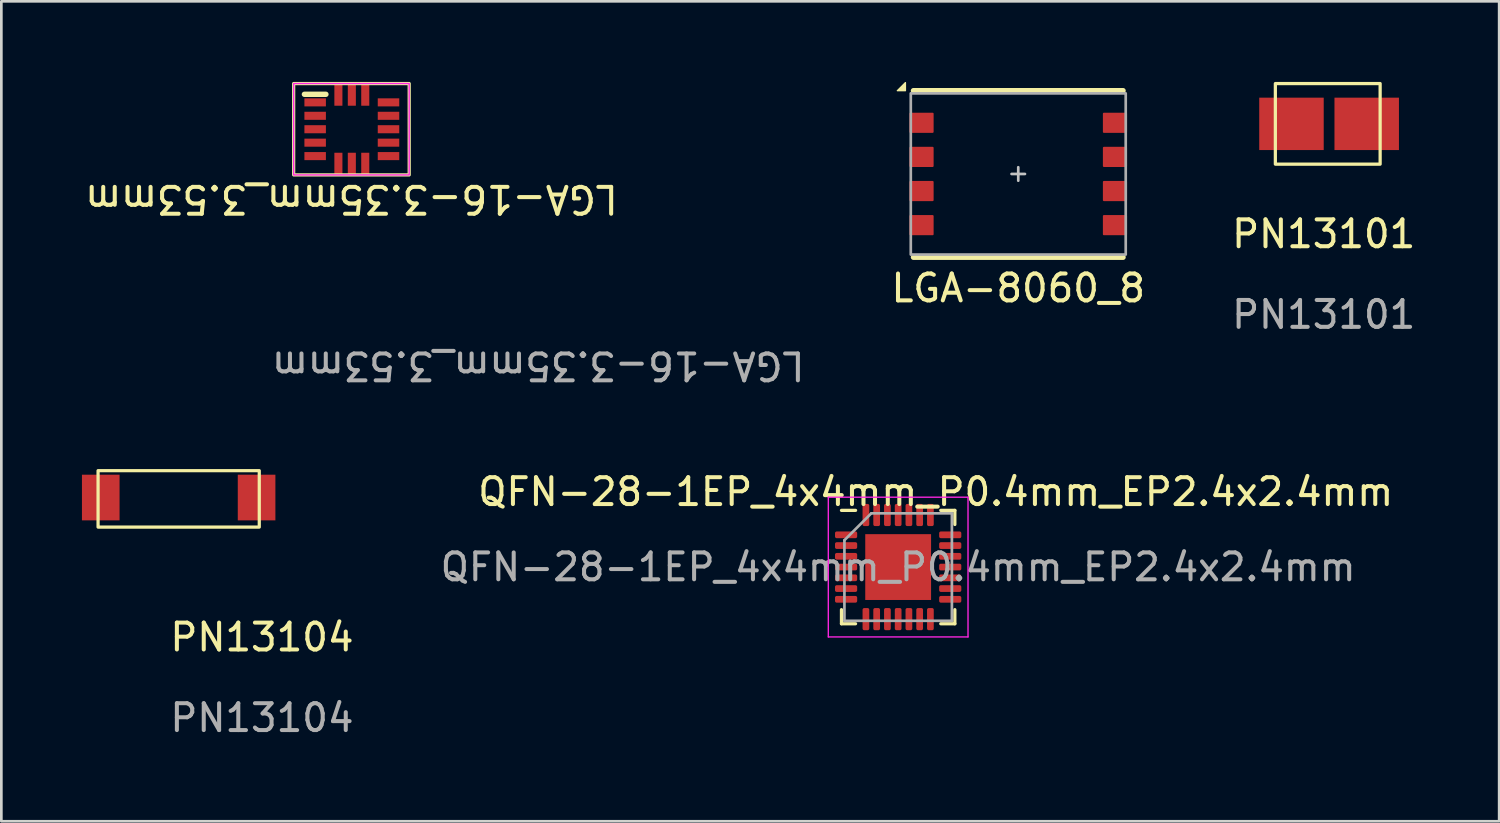
<source format=kicad_pcb>
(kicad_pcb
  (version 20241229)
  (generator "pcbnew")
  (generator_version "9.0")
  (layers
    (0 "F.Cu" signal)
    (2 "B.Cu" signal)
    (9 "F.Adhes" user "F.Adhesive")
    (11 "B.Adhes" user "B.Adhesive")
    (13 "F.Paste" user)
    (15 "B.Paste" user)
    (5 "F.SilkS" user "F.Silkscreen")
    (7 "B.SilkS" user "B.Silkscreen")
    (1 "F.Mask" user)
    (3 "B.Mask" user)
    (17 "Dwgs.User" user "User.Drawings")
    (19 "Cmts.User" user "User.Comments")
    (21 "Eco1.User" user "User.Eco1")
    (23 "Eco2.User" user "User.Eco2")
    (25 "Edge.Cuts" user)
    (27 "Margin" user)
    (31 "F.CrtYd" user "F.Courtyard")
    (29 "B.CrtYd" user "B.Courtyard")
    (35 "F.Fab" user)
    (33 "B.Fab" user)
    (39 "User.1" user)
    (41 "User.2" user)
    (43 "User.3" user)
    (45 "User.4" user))
  (footprint "PN13104"
    (layer "F.Cu")
    (at 0.7 15.468)
    (property "Reference" "PN13104" (at 6 5.2 0) (unlocked yes) (layer "F.SilkS") (effects (font (size 1 1) (thickness 0.15))))
    (attr smd)
    (fp_rect (start -0.1 -1) (end 5.9 1.1) (stroke (width 0.12) (type solid)) (fill no) (layer "F.SilkS"))
    (fp_text user "${REFERENCE}" (at 6 8.2 0) (unlocked yes) (layer "F.Fab") (effects (font (size 1 1) (thickness 0.15))))
    (pad "1" smd rect (at 0 0) (size 1.4 1.7) (layers "F.Cu" "F.Mask" "F.Paste"))
    (pad "2" smd rect (at 5.8 0) (size 1.4 1.7) (layers "F.Cu" "F.Mask" "F.Paste")))
  (footprint "PN13101"
    (layer "F.Cu")
    (at 45.018 1.56)
    (property "Reference" "PN13101" (at 1.2 4.1 0) (unlocked yes) (layer "F.SilkS") (effects (font (size 1 1) (thickness 0.15))))
    (attr smd)
    (fp_rect (start -0.6 -1.5) (end 3.3 1.5) (stroke (width 0.12) (type solid)) (fill no) (layer "F.SilkS"))
    (fp_text user "${REFERENCE}" (at 1.2 7.1 0) (unlocked yes) (layer "F.Fab") (effects (font (size 1 1) (thickness 0.15))))
    (pad "1" smd rect (at 0 0) (size 2.4 1.95) (layers "F.Cu" "F.Mask" "F.Paste"))
    (pad "2" smd rect (at 2.8 0) (size 2.4 1.95) (layers "F.Cu" "F.Mask" "F.Paste")))
  (footprint "QFN-28-1EP_4x4mm_P0.4mm_EP2.4x2.4mm"
    (layer "F.Cu")
    (at 30.379 18.056)
    (property "Reference" "QFN-28-1EP_4x4mm_P0.4mm_EP2.4x2.4mm" (at 1.4 -2.8 0) (layer "F.SilkS") (effects (font (size 1 1) (thickness 0.15))))
    (attr smd)
    (fp_line (start -2.11 2.11) (end -2.11 1.585) (stroke (width 0.12) (type solid)) (layer "F.SilkS"))
    (fp_line (start -1.585 -2.11) (end -2.11 -2.11) (stroke (width 0.12) (type solid)) (layer "F.SilkS"))
    (fp_line (start -1.585 2.11) (end -2.11 2.11) (stroke (width 0.12) (type solid)) (layer "F.SilkS"))
    (fp_line (start 1.585 -2.11) (end 2.11 -2.11) (stroke (width 0.12) (type solid)) (layer "F.SilkS"))
    (fp_line (start 1.585 2.11) (end 2.11 2.11) (stroke (width 0.12) (type solid)) (layer "F.SilkS"))
    (fp_line (start 2.11 -2.11) (end 2.11 -1.585) (stroke (width 0.12) (type solid)) (layer "F.SilkS"))
    (fp_line (start 2.11 2.11) (end 2.11 1.585) (stroke (width 0.12) (type solid)) (layer "F.SilkS"))
    (fp_line (start -2.6 -2.6) (end -2.6 2.6) (stroke (width 0.05) (type solid)) (layer "F.CrtYd"))
    (fp_line (start -2.6 2.6) (end 2.6 2.6) (stroke (width 0.05) (type solid)) (layer "F.CrtYd"))
    (fp_line (start 2.6 -2.6) (end -2.6 -2.6) (stroke (width 0.05) (type solid)) (layer "F.CrtYd"))
    (fp_line (start 2.6 2.6) (end 2.6 -2.6) (stroke (width 0.05) (type solid)) (layer "F.CrtYd"))
    (fp_line (start -2 -1) (end -1 -2) (stroke (width 0.1) (type solid)) (layer "F.Fab"))
    (fp_line (start -2 2) (end -2 -1) (stroke (width 0.1) (type solid)) (layer "F.Fab"))
    (fp_line (start -1 -2) (end 2 -2) (stroke (width 0.1) (type solid)) (layer "F.Fab"))
    (fp_line (start 2 -2) (end 2 2) (stroke (width 0.1) (type solid)) (layer "F.Fab"))
    (fp_line (start 2 2) (end -2 2) (stroke (width 0.1) (type solid)) (layer "F.Fab"))
    (fp_text user "${REFERENCE}" (at 0 0 0) (layer "F.Fab") (effects (font (size 1 1) (thickness 0.15))))
    (pad "" smd roundrect (at -0.6 -0.6) (size 0.97 0.97) (layers "F.Paste") (roundrect_rratio 0.25))
    (pad "" smd roundrect (at -0.6 0.6) (size 0.97 0.97) (layers "F.Paste") (roundrect_rratio 0.25))
    (pad "" smd roundrect (at 0.6 -0.6) (size 0.97 0.97) (layers "F.Paste") (roundrect_rratio 0.25))
    (pad "" smd roundrect (at 0.6 0.6) (size 0.97 0.97) (layers "F.Paste") (roundrect_rratio 0.25))
    (pad "1" smd roundrect (at -1.938 -1.2) (size 0.825 0.25) (layers "F.Cu" "F.Mask" "F.Paste") (roundrect_rratio 0.25))
    (pad "2" smd roundrect (at -1.938 -0.8) (size 0.825 0.25) (layers "F.Cu" "F.Mask" "F.Paste") (roundrect_rratio 0.25))
    (pad "3" smd roundrect (at -1.938 -0.4) (size 0.825 0.25) (layers "F.Cu" "F.Mask" "F.Paste") (roundrect_rratio 0.25))
    (pad "4" smd roundrect (at -1.938 0) (size 0.825 0.25) (layers "F.Cu" "F.Mask" "F.Paste") (roundrect_rratio 0.25))
    (pad "5" smd roundrect (at -1.938 0.4) (size 0.825 0.25) (layers "F.Cu" "F.Mask" "F.Paste") (roundrect_rratio 0.25))
    (pad "6" smd roundrect (at -1.938 0.8) (size 0.825 0.25) (layers "F.Cu" "F.Mask" "F.Paste") (roundrect_rratio 0.25))
    (pad "7" smd roundrect (at -1.938 1.2) (size 0.825 0.25) (layers "F.Cu" "F.Mask" "F.Paste") (roundrect_rratio 0.25))
    (pad "8" smd roundrect (at -1.2 1.938) (size 0.25 0.825) (layers "F.Cu" "F.Mask" "F.Paste") (roundrect_rratio 0.25))
    (pad "9" smd roundrect (at -0.8 1.938) (size 0.25 0.825) (layers "F.Cu" "F.Mask" "F.Paste") (roundrect_rratio 0.25))
    (pad "10" smd roundrect (at -0.4 1.938) (size 0.25 0.825) (layers "F.Cu" "F.Mask" "F.Paste") (roundrect_rratio 0.25))
    (pad "11" smd roundrect (at 0 1.938) (size 0.25 0.825) (layers "F.Cu" "F.Mask" "F.Paste") (roundrect_rratio 0.25))
    (pad "12" smd roundrect (at 0.4 1.938) (size 0.25 0.825) (layers "F.Cu" "F.Mask" "F.Paste") (roundrect_rratio 0.25))
    (pad "13" smd roundrect (at 0.8 1.938) (size 0.25 0.825) (layers "F.Cu" "F.Mask" "F.Paste") (roundrect_rratio 0.25))
    (pad "14" smd roundrect (at 1.2 1.938) (size 0.25 0.825) (layers "F.Cu" "F.Mask" "F.Paste") (roundrect_rratio 0.25))
    (pad "15" smd roundrect (at 1.938 1.2) (size 0.825 0.25) (layers "F.Cu" "F.Mask" "F.Paste") (roundrect_rratio 0.25))
    (pad "16" smd roundrect (at 1.938 0.8) (size 0.825 0.25) (layers "F.Cu" "F.Mask" "F.Paste") (roundrect_rratio 0.25))
    (pad "17" smd roundrect (at 1.938 0.4) (size 0.825 0.25) (layers "F.Cu" "F.Mask" "F.Paste") (roundrect_rratio 0.25))
    (pad "18" smd roundrect (at 1.938 0) (size 0.825 0.25) (layers "F.Cu" "F.Mask" "F.Paste") (roundrect_rratio 0.25))
    (pad "19" smd roundrect (at 1.938 -0.4) (size 0.825 0.25) (layers "F.Cu" "F.Mask" "F.Paste") (roundrect_rratio 0.25))
    (pad "20" smd roundrect (at 1.938 -0.8) (size 0.825 0.25) (layers "F.Cu" "F.Mask" "F.Paste") (roundrect_rratio 0.25))
    (pad "21" smd roundrect (at 1.938 -1.2) (size 0.825 0.25) (layers "F.Cu" "F.Mask" "F.Paste") (roundrect_rratio 0.25))
    (pad "22" smd roundrect (at 1.2 -1.938) (size 0.25 0.825) (layers "F.Cu" "F.Mask" "F.Paste") (roundrect_rratio 0.25))
    (pad "23" smd roundrect (at 0.8 -1.938) (size 0.25 0.825) (layers "F.Cu" "F.Mask" "F.Paste") (roundrect_rratio 0.25))
    (pad "24" smd roundrect (at 0.4 -1.938) (size 0.25 0.825) (layers "F.Cu" "F.Mask" "F.Paste") (roundrect_rratio 0.25))
    (pad "25" smd roundrect (at 0 -1.938) (size 0.25 0.825) (layers "F.Cu" "F.Mask" "F.Paste") (roundrect_rratio 0.25))
    (pad "26" smd roundrect (at -0.4 -1.938) (size 0.25 0.825) (layers "F.Cu" "F.Mask" "F.Paste") (roundrect_rratio 0.25))
    (pad "27" smd roundrect (at -0.8 -1.938) (size 0.25 0.825) (layers "F.Cu" "F.Mask" "F.Paste") (roundrect_rratio 0.25))
    (pad "28" smd roundrect (at -1.2 -1.938) (size 0.25 0.825) (layers "F.Cu" "F.Mask" "F.Paste") (roundrect_rratio 0.25))
    (pad "29" smd rect (at 0 0) (size 2.45 2.45) (layers "F.Cu" "F.Mask")))
  (footprint "LGA-8060_8"
    (layer "F.Cu")
    (at 34.849 3.425)
    (property "Reference" "LGA-8060_8" (at 0 4.25 0) (unlocked yes) (layer "F.SilkS") (effects (font (size 1 1) (thickness 0.15))))
    (attr smd)
    (fp_line (start -3.9 -3.1) (end 3.9 -3.1) (stroke (width 0.2) (type solid)) (layer "F.SilkS"))
    (fp_line (start -3.9 3.1) (end 3.9 3.1) (stroke (width 0.2) (type solid)) (layer "F.SilkS"))
    (fp_poly (pts (xy -4.2 -3.4) (xy -4.2 -3.1) (xy -4.5 -3.1)) (stroke (width 0.05) (type solid)) (fill yes) (layer "F.SilkS"))
    (fp_line (start -0.25 0) (end 0.25 0) (stroke (width 0.1) (type solid)) (layer "Dwgs.User"))
    (fp_line (start 0 0.25) (end 0 -0.25) (stroke (width 0.1) (type solid)) (layer "Dwgs.User"))
    (fp_rect (start -4 -3) (end 4 3) (stroke (width 0.1) (type solid)) (fill no) (layer "F.Fab"))
    (pad "1" smd roundrect (at -3.6 -1.905) (size 0.9 0.75) (layers "F.Cu" "F.Mask" "F.Paste") (roundrect_rratio 0.05))
    (pad "2" smd roundrect (at -3.6 -0.635) (size 0.9 0.75) (layers "F.Cu" "F.Mask" "F.Paste") (roundrect_rratio 0.05))
    (pad "3" smd roundrect (at -3.6 0.635) (size 0.9 0.75) (layers "F.Cu" "F.Mask" "F.Paste") (roundrect_rratio 0.05))
    (pad "4" smd roundrect (at -3.6 1.905) (size 0.9 0.75) (layers "F.Cu" "F.Mask" "F.Paste") (roundrect_rratio 0.05))
    (pad "5" smd roundrect (at 3.6 1.905) (size 0.9 0.75) (layers "F.Cu" "F.Mask" "F.Paste") (roundrect_rratio 0.05))
    (pad "6" smd roundrect (at 3.6 0.635) (size 0.9 0.75) (layers "F.Cu" "F.Mask" "F.Paste") (roundrect_rratio 0.05))
    (pad "7" smd roundrect (at 3.6 -0.635) (size 0.9 0.75) (layers "F.Cu" "F.Mask" "F.Paste") (roundrect_rratio 0.05))
    (pad "8" smd roundrect (at 3.6 -1.905) (size 0.9 0.75) (layers "F.Cu" "F.Mask" "F.Paste") (roundrect_rratio 0.05)))
  (footprint "LGA-16-3.35mm_3.53mm"
    (layer "F.Cu")
    (at 8.68 2.76)
    (property "Reference" "LGA-16-3.35mm_3.53mm" (at 1.35 1.6 180) (unlocked yes) (layer "F.SilkS") (effects (font (size 1 1) (thickness 0.15))))
    (attr smd)
    (fp_line (start -0.4 -2.3) (end 0.4 -2.3) (stroke (width 0.2) (type solid)) (layer "F.SilkS"))
    (fp_rect (start -0.8 -2.7) (end 3.5 0.7) (stroke (width 0.12) (type solid)) (fill no) (layer "F.SilkS"))
    (fp_rect (start -0.8 -2.7) (end 3.5 0.7) (stroke (width 0.05) (type solid)) (fill no) (layer "F.CrtYd"))
    (fp_text user "${REFERENCE}" (at 8.3 7.8 180) (unlocked yes) (layer "F.Fab") (effects (font (size 1 1) (thickness 0.15))))
    (pad "1" smd rect (at 0 -2 180) (size 0.8 0.3) (layers "F.Cu" "F.Mask" "F.Paste"))
    (pad "2" smd rect (at 0 -1.5 180) (size 0.8 0.3) (layers "F.Cu" "F.Mask" "F.Paste"))
    (pad "3" smd rect (at 0 -1 180) (size 0.8 0.3) (layers "F.Cu" "F.Mask" "F.Paste"))
    (pad "4" smd rect (at 0 -0.5 180) (size 0.8 0.3) (layers "F.Cu" "F.Mask" "F.Paste"))
    (pad "5" smd rect (at 0 0 180) (size 0.8 0.3) (layers "F.Cu" "F.Mask" "F.Paste"))
    (pad "6" smd rect (at 0.865 0.275 90) (size 0.8 0.3) (layers "F.Cu" "F.Mask" "F.Paste"))
    (pad "7" smd rect (at 1.365 0.275 90) (size 0.8 0.3) (layers "F.Cu" "F.Mask" "F.Paste"))
    (pad "8" smd rect (at 1.865 0.275 90) (size 0.8 0.3) (layers "F.Cu" "F.Mask" "F.Paste"))
    (pad "9" smd rect (at 2.73 0 180) (size 0.8 0.3) (layers "F.Cu" "F.Mask" "F.Paste"))
    (pad "10" smd rect (at 2.73 -0.5 180) (size 0.8 0.3) (layers "F.Cu" "F.Mask" "F.Paste"))
    (pad "11" smd rect (at 2.73 -1 180) (size 0.8 0.3) (layers "F.Cu" "F.Mask" "F.Paste"))
    (pad "12" smd rect (at 2.73 -1.5 180) (size 0.8 0.3) (layers "F.Cu" "F.Mask" "F.Paste"))
    (pad "13" smd rect (at 2.73 -2 180) (size 0.8 0.3) (layers "F.Cu" "F.Mask" "F.Paste"))
    (pad "14" smd rect (at 1.865 -2.275 90) (size 0.8 0.3) (layers "F.Cu" "F.Mask" "F.Paste"))
    (pad "15" smd rect (at 1.365 -2.275 90) (size 0.8 0.3) (layers "F.Cu" "F.Mask" "F.Paste"))
    (pad "16" smd rect (at 0.865 -2.275 90) (size 0.8 0.3) (layers "F.Cu" "F.Mask" "F.Paste")))
  (gr_rect
    (start -3 -3)
    (end 52.748 27.517)
    (stroke (width 0.1) (type default))
    (fill no)
    (layer "Edge.Cuts")))
</source>
